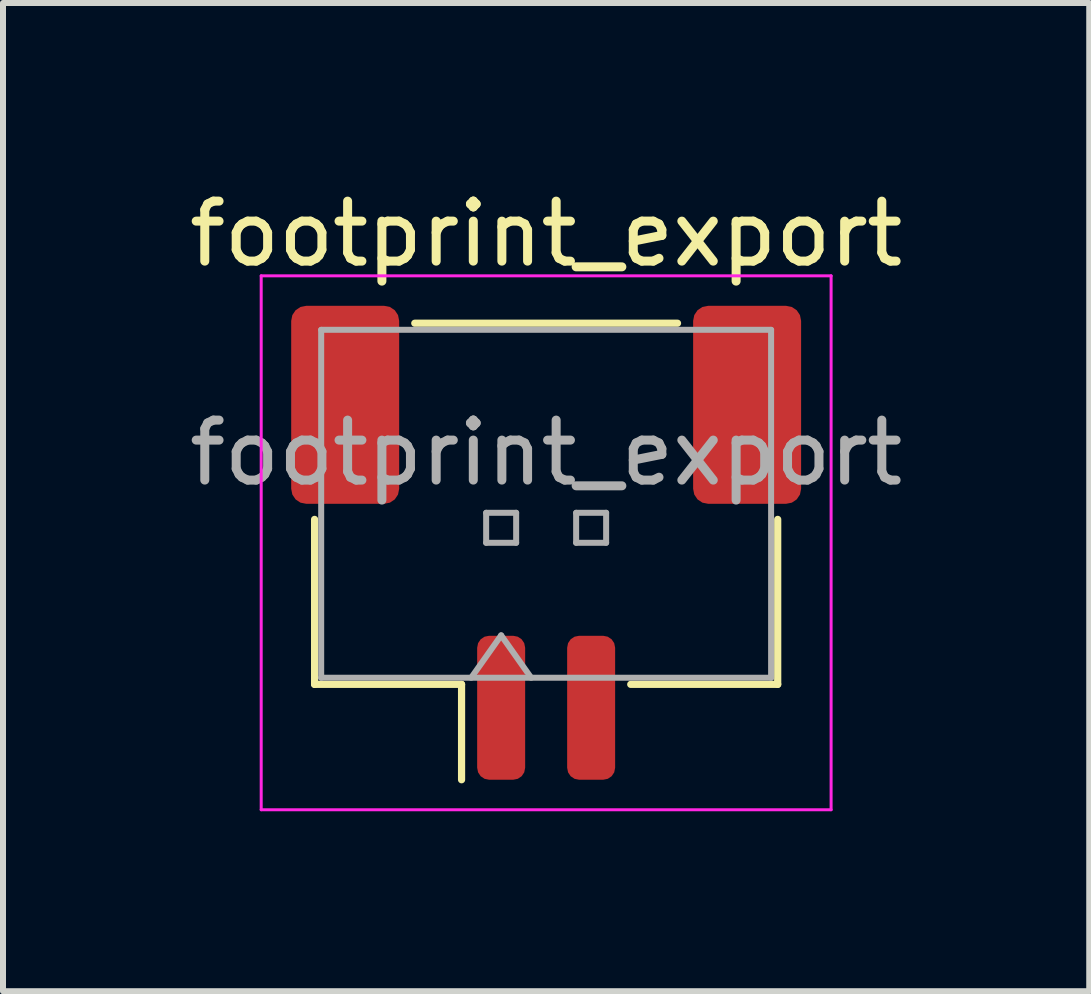
<source format=kicad_pcb>
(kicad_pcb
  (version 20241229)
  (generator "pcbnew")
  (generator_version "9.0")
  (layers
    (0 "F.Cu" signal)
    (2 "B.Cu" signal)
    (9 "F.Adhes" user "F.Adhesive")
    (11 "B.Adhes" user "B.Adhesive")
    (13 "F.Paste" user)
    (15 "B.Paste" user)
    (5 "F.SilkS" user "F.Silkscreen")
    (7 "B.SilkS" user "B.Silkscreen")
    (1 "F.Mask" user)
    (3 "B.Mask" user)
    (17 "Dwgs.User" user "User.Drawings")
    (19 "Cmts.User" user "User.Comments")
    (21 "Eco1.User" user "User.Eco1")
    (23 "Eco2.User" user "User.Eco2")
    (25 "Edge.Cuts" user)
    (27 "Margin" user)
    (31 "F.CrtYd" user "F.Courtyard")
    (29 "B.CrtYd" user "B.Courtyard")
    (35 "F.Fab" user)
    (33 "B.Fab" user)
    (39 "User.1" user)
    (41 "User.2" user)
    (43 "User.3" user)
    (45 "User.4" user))
  (footprint "footprint_export"
    (layer "F.Cu")
    (at 6.054 5.998)
    (property "Reference" "footprint_export" (at 0 -5.15 0) (layer "F.SilkS") (effects (font (size 1 1) (thickness 0.15))))
    (attr smd)
    (fp_line (start -3.86 -0.39) (end -3.86 2.36) (stroke (width 0.12) (type solid)) (layer "F.SilkS"))
    (fp_line (start -3.86 2.36) (end -1.41 2.36) (stroke (width 0.12) (type solid)) (layer "F.SilkS"))
    (fp_line (start -2.19 -3.66) (end 2.19 -3.66) (stroke (width 0.12) (type solid)) (layer "F.SilkS"))
    (fp_line (start -1.41 2.36) (end -1.41 3.95) (stroke (width 0.12) (type solid)) (layer "F.SilkS"))
    (fp_line (start 3.86 -0.39) (end 3.86 2.36) (stroke (width 0.12) (type solid)) (layer "F.SilkS"))
    (fp_line (start 3.86 2.36) (end 1.41 2.36) (stroke (width 0.12) (type solid)) (layer "F.SilkS"))
    (fp_line (start -4.75 -4.45) (end -4.75 4.45) (stroke (width 0.05) (type solid)) (layer "F.CrtYd"))
    (fp_line (start -4.75 4.45) (end 4.75 4.45) (stroke (width 0.05) (type solid)) (layer "F.CrtYd"))
    (fp_line (start 4.75 -4.45) (end -4.75 -4.45) (stroke (width 0.05) (type solid)) (layer "F.CrtYd"))
    (fp_line (start 4.75 4.45) (end 4.75 -4.45) (stroke (width 0.05) (type solid)) (layer "F.CrtYd"))
    (fp_line (start -3.75 -3.55) (end 3.75 -3.55) (stroke (width 0.1) (type solid)) (layer "F.Fab"))
    (fp_line (start -3.75 2.25) (end -3.75 -3.55) (stroke (width 0.1) (type solid)) (layer "F.Fab"))
    (fp_line (start -3.75 2.25) (end 3.75 2.25) (stroke (width 0.1) (type solid)) (layer "F.Fab"))
    (fp_line (start -1.25 2.25) (end -0.75 1.543) (stroke (width 0.1) (type solid)) (layer "F.Fab"))
    (fp_line (start -1 -0.5) (end -1 0) (stroke (width 0.1) (type solid)) (layer "F.Fab"))
    (fp_line (start -1 0) (end -0.5 0) (stroke (width 0.1) (type solid)) (layer "F.Fab"))
    (fp_line (start -0.75 1.543) (end -0.25 2.25) (stroke (width 0.1) (type solid)) (layer "F.Fab"))
    (fp_line (start -0.5 -0.5) (end -1 -0.5) (stroke (width 0.1) (type solid)) (layer "F.Fab"))
    (fp_line (start -0.5 0) (end -0.5 -0.5) (stroke (width 0.1) (type solid)) (layer "F.Fab"))
    (fp_line (start 0.5 -0.5) (end 0.5 0) (stroke (width 0.1) (type solid)) (layer "F.Fab"))
    (fp_line (start 0.5 0) (end 1 0) (stroke (width 0.1) (type solid)) (layer "F.Fab"))
    (fp_line (start 1 -0.5) (end 0.5 -0.5) (stroke (width 0.1) (type solid)) (layer "F.Fab"))
    (fp_line (start 1 0) (end 1 -0.5) (stroke (width 0.1) (type solid)) (layer "F.Fab"))
    (fp_line (start 3.75 2.25) (end 3.75 -3.55) (stroke (width 0.1) (type solid)) (layer "F.Fab"))
    (fp_text user "${REFERENCE}" (at 0 -1.5 0) (layer "F.Fab") (effects (font (size 1 1) (thickness 0.15))))
    (pad "1" smd roundrect (at -0.75 2.75) (size 0.8 2.4) (layers "F.Cu" "F.Mask" "F.Paste") (roundrect_rratio 0.25))
    (pad "2" smd roundrect (at 0.75 2.75) (size 0.8 2.4) (layers "F.Cu" "F.Mask" "F.Paste") (roundrect_rratio 0.25))
    (pad "MP" smd roundrect (at -3.35 -2.3) (size 1.8 3.3) (layers "F.Cu" "F.Mask" "F.Paste") (roundrect_rratio 0.139))
    (pad "MP" smd roundrect (at 3.35 -2.3) (size 1.8 3.3) (layers "F.Cu" "F.Mask" "F.Paste") (roundrect_rratio 0.139)))
  (gr_rect
    (start -3 -3)
    (end 15.107 13.473)
    (stroke (width 0.1) (type default))
    (fill no)
    (layer "Edge.Cuts")))
</source>
